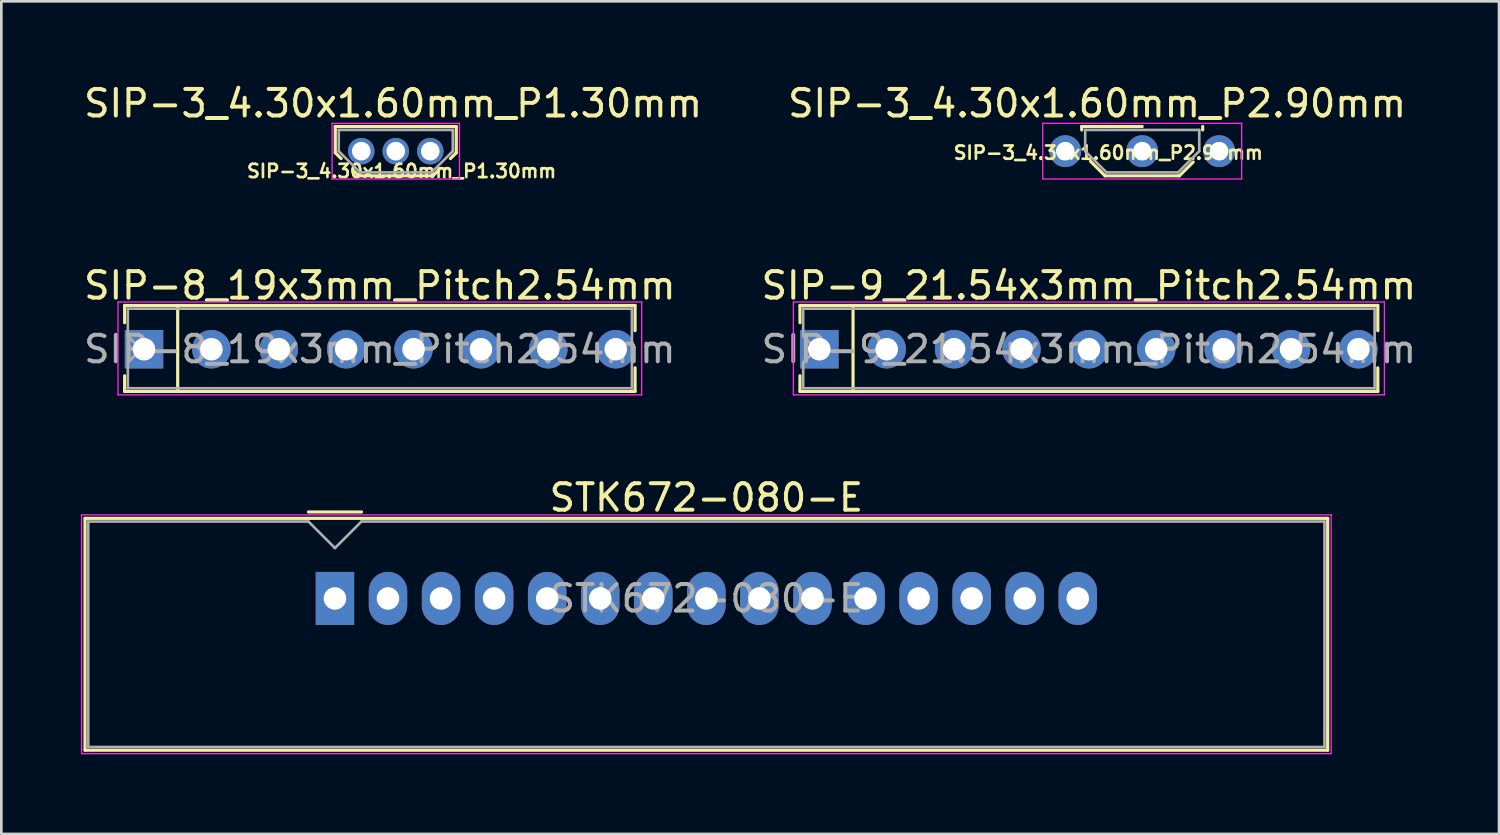
<source format=kicad_pcb>
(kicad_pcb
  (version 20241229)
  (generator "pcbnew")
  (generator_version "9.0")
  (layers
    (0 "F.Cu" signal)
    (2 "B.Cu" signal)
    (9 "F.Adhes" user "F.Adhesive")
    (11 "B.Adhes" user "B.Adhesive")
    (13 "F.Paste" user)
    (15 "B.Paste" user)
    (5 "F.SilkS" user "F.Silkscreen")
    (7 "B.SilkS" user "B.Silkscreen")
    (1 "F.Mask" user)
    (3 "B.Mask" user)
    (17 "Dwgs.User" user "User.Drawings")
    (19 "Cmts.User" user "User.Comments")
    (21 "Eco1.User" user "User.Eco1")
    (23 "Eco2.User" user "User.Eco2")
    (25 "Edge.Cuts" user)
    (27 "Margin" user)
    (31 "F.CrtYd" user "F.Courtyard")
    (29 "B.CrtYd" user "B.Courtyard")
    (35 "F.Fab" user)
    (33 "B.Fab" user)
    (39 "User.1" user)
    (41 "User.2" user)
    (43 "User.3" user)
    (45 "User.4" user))
  (footprint "SIP-3_4.30x1.60mm_P2.90mm"
    (layer "F.Cu")
    (at 37.104 2.648)
    (property "Reference" "SIP-3_4.30x1.60mm_P2.90mm" (at 1.2 -1.8 0) (layer "F.SilkS") (effects (font (size 1 1) (thickness 0.15))))
    (attr through_hole)
    (fp_line (start 0.62 -0.93) (end 2.9 -0.93) (stroke (width 0.12) (type solid)) (layer "F.SilkS"))
    (fp_line (start 0.62 -0.8) (end 0.62 -0.93) (stroke (width 0.12) (type solid)) (layer "F.SilkS"))
    (fp_line (start 1.5 0.93) (end 0.95 0.38) (stroke (width 0.12) (type solid)) (layer "F.SilkS"))
    (fp_line (start 4.3 0.93) (end 1.5 0.93) (stroke (width 0.12) (type solid)) (layer "F.SilkS"))
    (fp_line (start 4.82 0.41) (end 4.3 0.93) (stroke (width 0.12) (type solid)) (layer "F.SilkS"))
    (fp_line (start 5.18 -0.93) (end 5.18 -0.8) (stroke (width 0.12) (type solid)) (layer "F.SilkS"))
    (fp_line (start -0.85 -1.05) (end 6.65 -1.05) (stroke (width 0.05) (type solid)) (layer "F.CrtYd"))
    (fp_line (start -0.85 1.05) (end -0.85 -1.05) (stroke (width 0.05) (type solid)) (layer "F.CrtYd"))
    (fp_line (start 6.65 -1.05) (end 6.65 1.05) (stroke (width 0.05) (type solid)) (layer "F.CrtYd"))
    (fp_line (start 6.65 1.05) (end -0.85 1.05) (stroke (width 0.05) (type solid)) (layer "F.CrtYd"))
    (fp_line (start 0.75 -0.8) (end 5.05 -0.8) (stroke (width 0.1) (type solid)) (layer "F.Fab"))
    (fp_line (start 0.75 0) (end 0.75 -0.8) (stroke (width 0.1) (type solid)) (layer "F.Fab"))
    (fp_line (start 0.75 0) (end 1.55 0.8) (stroke (width 0.1) (type solid)) (layer "F.Fab"))
    (fp_line (start 4.25 0.8) (end 1.55 0.8) (stroke (width 0.1) (type solid)) (layer "F.Fab"))
    (fp_line (start 5.05 -0.8) (end 5.05 0) (stroke (width 0.1) (type solid)) (layer "F.Fab"))
    (fp_line (start 5.05 0) (end 4.25 0.8) (stroke (width 0.1) (type solid)) (layer "F.Fab"))
    (fp_text user "${REFERENCE}" (at 1.62 0.06 0) (layer "F.SilkS") (effects (font (size 0.5 0.5) (thickness 0.1))))
    (pad "1" thru_hole circle (at 0 0) (size 1.2 1.2) (drill 0.7) (layers "*.Cu" "*.Mask"))
    (pad "2" thru_hole circle (at 2.9 0) (size 1.2 1.2) (drill 0.7) (layers "*.Cu" "*.Mask"))
    (pad "3" thru_hole circle (at 5.8 0) (size 1.2 1.2) (drill 0.7) (layers "*.Cu" "*.Mask")))
  (footprint "SIP-3_4.30x1.60mm_P1.30mm"
    (layer "F.Cu")
    (at 10.568 2.648)
    (property "Reference" "SIP-3_4.30x1.60mm_P1.30mm" (at 1.2 -1.8 0) (layer "F.SilkS") (effects (font (size 1 1) (thickness 0.15))))
    (attr through_hole)
    (fp_line (start -0.98 -0.93) (end 3.58 -0.93) (stroke (width 0.12) (type solid)) (layer "F.SilkS"))
    (fp_line (start -0.98 0.06) (end -0.98 -0.93) (stroke (width 0.12) (type solid)) (layer "F.SilkS"))
    (fp_line (start -0.76 0.28) (end -0.98 0.06) (stroke (width 0.12) (type solid)) (layer "F.SilkS"))
    (fp_line (start -0.1 0.93) (end -0.32 0.71) (stroke (width 0.12) (type solid)) (layer "F.SilkS"))
    (fp_line (start 2.7 0.93) (end -0.1 0.93) (stroke (width 0.12) (type solid)) (layer "F.SilkS"))
    (fp_line (start 2.92 0.71) (end 2.7 0.93) (stroke (width 0.12) (type solid)) (layer "F.SilkS"))
    (fp_line (start 3.36 0.28) (end 3.58 0.06) (stroke (width 0.12) (type solid)) (layer "F.SilkS"))
    (fp_line (start 3.58 0.06) (end 3.58 -0.93) (stroke (width 0.12) (type solid)) (layer "F.SilkS"))
    (fp_line (start -1.1 -1.05) (end 3.7 -1.05) (stroke (width 0.05) (type solid)) (layer "F.CrtYd"))
    (fp_line (start -1.1 1.05) (end -1.1 -1.05) (stroke (width 0.05) (type solid)) (layer "F.CrtYd"))
    (fp_line (start 3.7 -1.05) (end 3.7 1.05) (stroke (width 0.05) (type solid)) (layer "F.CrtYd"))
    (fp_line (start 3.7 1.05) (end -1.1 1.05) (stroke (width 0.05) (type solid)) (layer "F.CrtYd"))
    (fp_line (start -0.85 -0.8) (end 3.45 -0.8) (stroke (width 0.1) (type solid)) (layer "F.Fab"))
    (fp_line (start -0.85 0) (end -0.85 -0.8) (stroke (width 0.1) (type solid)) (layer "F.Fab"))
    (fp_line (start -0.85 0) (end -0.05 0.8) (stroke (width 0.1) (type solid)) (layer "F.Fab"))
    (fp_line (start 2.65 0.8) (end -0.05 0.8) (stroke (width 0.1) (type solid)) (layer "F.Fab"))
    (fp_line (start 3.45 -0.8) (end 3.45 0) (stroke (width 0.1) (type solid)) (layer "F.Fab"))
    (fp_line (start 3.45 0) (end 2.65 0.8) (stroke (width 0.1) (type solid)) (layer "F.Fab"))
    (fp_text user "${REFERENCE}" (at 1.52 0.75 0) (layer "F.SilkS") (effects (font (size 0.5 0.5) (thickness 0.1))))
    (pad "1" thru_hole circle (at 0 0) (size 1 1) (drill 0.7) (layers "*.Cu" "*.Mask"))
    (pad "2" thru_hole circle (at 1.3 0) (size 1 1) (drill 0.7) (layers "*.Cu" "*.Mask"))
    (pad "3" thru_hole circle (at 2.6 0) (size 1 1) (drill 0.7) (layers "*.Cu" "*.Mask")))
  (footprint "SIP-8_19x3mm_Pitch2.54mm"
    (layer "F.Cu")
    (at 2.378 10.114)
    (property "Reference" "SIP-8_19x3mm_Pitch2.54mm" (at 8.89 -2.4 0) (layer "F.SilkS") (effects (font (size 1 1) (thickness 0.15))))
    (attr through_hole)
    (fp_line (start -0.73 -1.65) (end -0.73 -1) (stroke (width 0.12) (type solid)) (layer "F.SilkS"))
    (fp_line (start -0.73 1.59) (end -0.73 1) (stroke (width 0.12) (type solid)) (layer "F.SilkS"))
    (fp_line (start 1.27 1.59) (end 1.27 -1.65) (stroke (width 0.12) (type solid)) (layer "F.SilkS"))
    (fp_line (start 18.51 -1.65) (end -0.73 -1.65) (stroke (width 0.12) (type solid)) (layer "F.SilkS"))
    (fp_line (start 18.51 -1.65) (end 18.51 -0.7) (stroke (width 0.12) (type solid)) (layer "F.SilkS"))
    (fp_line (start 18.51 1.59) (end -0.73 1.59) (stroke (width 0.12) (type solid)) (layer "F.SilkS"))
    (fp_line (start 18.51 1.59) (end 18.51 0.7) (stroke (width 0.12) (type solid)) (layer "F.SilkS"))
    (fp_line (start -0.98 -1.78) (end 18.76 -1.78) (stroke (width 0.05) (type solid)) (layer "F.CrtYd"))
    (fp_line (start -0.98 1.72) (end -0.98 -1.78) (stroke (width 0.05) (type solid)) (layer "F.CrtYd"))
    (fp_line (start 18.76 -1.78) (end 18.76 1.72) (stroke (width 0.05) (type solid)) (layer "F.CrtYd"))
    (fp_line (start 18.76 1.72) (end -0.98 1.72) (stroke (width 0.05) (type solid)) (layer "F.CrtYd"))
    (fp_line (start -0.61 -1.53) (end -0.61 -0.5) (stroke (width 0.1) (type solid)) (layer "F.Fab"))
    (fp_line (start -0.61 -0.5) (end -0.11 0) (stroke (width 0.1) (type solid)) (layer "F.Fab"))
    (fp_line (start -0.61 0.5) (end -0.61 1.47) (stroke (width 0.1) (type solid)) (layer "F.Fab"))
    (fp_line (start -0.11 0) (end -0.61 0.5) (stroke (width 0.1) (type solid)) (layer "F.Fab"))
    (fp_line (start 18.39 -1.53) (end -0.61 -1.53) (stroke (width 0.1) (type solid)) (layer "F.Fab"))
    (fp_line (start 18.39 -1.53) (end 18.39 1.47) (stroke (width 0.1) (type solid)) (layer "F.Fab"))
    (fp_line (start 18.39 1.47) (end -0.61 1.47) (stroke (width 0.1) (type solid)) (layer "F.Fab"))
    (fp_text user "${REFERENCE}" (at 8.89 0 0) (layer "F.Fab") (effects (font (size 1 1) (thickness 0.15))))
    (pad "1" thru_hole rect (at 0 0 90) (size 1.45 1.45) (drill 0.85) (layers "*.Cu" "*.Mask"))
    (pad "2" thru_hole circle (at 2.54 0 90) (size 1.45 1.45) (drill 0.85) (layers "*.Cu" "*.Mask"))
    (pad "3" thru_hole circle (at 5.08 0 90) (size 1.45 1.45) (drill 0.85) (layers "*.Cu" "*.Mask"))
    (pad "4" thru_hole circle (at 7.62 0 90) (size 1.45 1.45) (drill 0.85) (layers "*.Cu" "*.Mask"))
    (pad "5" thru_hole circle (at 10.16 0 90) (size 1.45 1.45) (drill 0.85) (layers "*.Cu" "*.Mask"))
    (pad "6" thru_hole circle (at 12.7 0 90) (size 1.45 1.45) (drill 0.85) (layers "*.Cu" "*.Mask"))
    (pad "7" thru_hole circle (at 15.24 0 90) (size 1.45 1.45) (drill 0.85) (layers "*.Cu" "*.Mask"))
    (pad "8" thru_hole circle (at 17.78 0 90) (size 1.45 1.45) (drill 0.85) (layers "*.Cu" "*.Mask")))
  (footprint "SIP-9_21.54x3mm_Pitch2.54mm"
    (layer "F.Cu")
    (at 27.834 10.114)
    (property "Reference" "SIP-9_21.54x3mm_Pitch2.54mm" (at 10.16 -2.4 0) (layer "F.SilkS") (effects (font (size 1 1) (thickness 0.15))))
    (attr through_hole)
    (fp_line (start -0.73 -1.65) (end -0.73 -1) (stroke (width 0.12) (type solid)) (layer "F.SilkS"))
    (fp_line (start -0.73 1.59) (end -0.73 1) (stroke (width 0.12) (type solid)) (layer "F.SilkS"))
    (fp_line (start 1.27 1.59) (end 1.27 -1.65) (stroke (width 0.12) (type solid)) (layer "F.SilkS"))
    (fp_line (start 21.05 -1.65) (end -0.73 -1.65) (stroke (width 0.12) (type solid)) (layer "F.SilkS"))
    (fp_line (start 21.05 -1.65) (end 21.05 -0.7) (stroke (width 0.12) (type solid)) (layer "F.SilkS"))
    (fp_line (start 21.05 1.59) (end -0.73 1.59) (stroke (width 0.12) (type solid)) (layer "F.SilkS"))
    (fp_line (start 21.05 1.59) (end 21.05 0.7) (stroke (width 0.12) (type solid)) (layer "F.SilkS"))
    (fp_line (start -0.98 -1.78) (end 21.3 -1.78) (stroke (width 0.05) (type solid)) (layer "F.CrtYd"))
    (fp_line (start -0.98 1.72) (end -0.98 -1.78) (stroke (width 0.05) (type solid)) (layer "F.CrtYd"))
    (fp_line (start 21.3 -1.78) (end 21.3 1.72) (stroke (width 0.05) (type solid)) (layer "F.CrtYd"))
    (fp_line (start 21.3 1.72) (end -0.98 1.72) (stroke (width 0.05) (type solid)) (layer "F.CrtYd"))
    (fp_line (start -0.61 -1.53) (end -0.61 -0.5) (stroke (width 0.1) (type solid)) (layer "F.Fab"))
    (fp_line (start -0.61 -0.5) (end -0.11 0) (stroke (width 0.1) (type solid)) (layer "F.Fab"))
    (fp_line (start -0.61 0.5) (end -0.61 1.47) (stroke (width 0.1) (type solid)) (layer "F.Fab"))
    (fp_line (start -0.11 0) (end -0.61 0.5) (stroke (width 0.1) (type solid)) (layer "F.Fab"))
    (fp_line (start 20.93 -1.53) (end -0.61 -1.53) (stroke (width 0.1) (type solid)) (layer "F.Fab"))
    (fp_line (start 20.93 -1.53) (end 20.93 1.47) (stroke (width 0.1) (type solid)) (layer "F.Fab"))
    (fp_line (start 20.93 1.47) (end -0.61 1.47) (stroke (width 0.1) (type solid)) (layer "F.Fab"))
    (fp_text user "${REFERENCE}" (at 10.16 0 0) (layer "F.Fab") (effects (font (size 1 1) (thickness 0.15))))
    (pad "1" thru_hole rect (at 0 0 90) (size 1.45 1.45) (drill 0.85) (layers "*.Cu" "*.Mask"))
    (pad "2" thru_hole circle (at 2.54 0 90) (size 1.45 1.45) (drill 0.85) (layers "*.Cu" "*.Mask"))
    (pad "3" thru_hole circle (at 5.08 0 90) (size 1.45 1.45) (drill 0.85) (layers "*.Cu" "*.Mask"))
    (pad "4" thru_hole circle (at 7.62 0 90) (size 1.45 1.45) (drill 0.85) (layers "*.Cu" "*.Mask"))
    (pad "5" thru_hole circle (at 10.16 0 90) (size 1.45 1.45) (drill 0.85) (layers "*.Cu" "*.Mask"))
    (pad "6" thru_hole circle (at 12.7 0 90) (size 1.45 1.45) (drill 0.85) (layers "*.Cu" "*.Mask"))
    (pad "7" thru_hole circle (at 15.24 0 90) (size 1.45 1.45) (drill 0.85) (layers "*.Cu" "*.Mask"))
    (pad "8" thru_hole circle (at 17.78 0 90) (size 1.45 1.45) (drill 0.85) (layers "*.Cu" "*.Mask"))
    (pad "9" thru_hole circle (at 20.32 0 90) (size 1.45 1.45) (drill 0.85) (layers "*.Cu" "*.Mask")))
  (footprint "STK672-080-E"
    (layer "F.Cu")
    (at 9.575 19.508)
    (property "Reference" "STK672-080-E" (at 14 -3.8 0) (layer "F.SilkS") (effects (font (size 1 1) (thickness 0.15))))
    (attr through_hole)
    (fp_line (start -9.42 -3.02) (end 37.42 -3.02) (stroke (width 0.12) (type solid)) (layer "F.SilkS"))
    (fp_line (start -9.42 5.72) (end -9.42 -3.02) (stroke (width 0.12) (type solid)) (layer "F.SilkS"))
    (fp_line (start -1 -3.26) (end 1 -3.26) (stroke (width 0.12) (type solid)) (layer "F.SilkS"))
    (fp_line (start 37.42 -3.02) (end 37.42 5.72) (stroke (width 0.12) (type solid)) (layer "F.SilkS"))
    (fp_line (start 37.42 5.72) (end -9.42 5.72) (stroke (width 0.12) (type solid)) (layer "F.SilkS"))
    (fp_line (start -9.55 -3.15) (end -9.55 5.85) (stroke (width 0.05) (type solid)) (layer "F.CrtYd"))
    (fp_line (start -9.55 -3.15) (end 37.55 -3.15) (stroke (width 0.05) (type solid)) (layer "F.CrtYd"))
    (fp_line (start -9.55 5.85) (end 37.55 5.85) (stroke (width 0.05) (type solid)) (layer "F.CrtYd"))
    (fp_line (start 37.55 -3.15) (end 37.55 5.85) (stroke (width 0.05) (type solid)) (layer "F.CrtYd"))
    (fp_line (start -9.3 -2.9) (end -1 -2.9) (stroke (width 0.1) (type solid)) (layer "F.Fab"))
    (fp_line (start -9.3 5.6) (end -9.3 -2.9) (stroke (width 0.1) (type solid)) (layer "F.Fab"))
    (fp_line (start -1 -2.9) (end 0 -1.9) (stroke (width 0.1) (type solid)) (layer "F.Fab"))
    (fp_line (start 0 -1.9) (end 1 -2.9) (stroke (width 0.1) (type solid)) (layer "F.Fab"))
    (fp_line (start 1 -2.9) (end 37.3 -2.9) (stroke (width 0.1) (type solid)) (layer "F.Fab"))
    (fp_line (start 37.3 -2.9) (end 37.3 5.6) (stroke (width 0.1) (type solid)) (layer "F.Fab"))
    (fp_line (start 37.3 5.6) (end -9.3 5.6) (stroke (width 0.1) (type solid)) (layer "F.Fab"))
    (fp_text user "${REFERENCE}" (at 14 0 0) (layer "F.Fab") (effects (font (size 1 1) (thickness 0.15))))
    (pad "1" thru_hole rect (at 0 0) (size 1.45 2) (drill 0.85) (layers "*.Cu" "*.Mask"))
    (pad "2" thru_hole oval (at 2 0) (size 1.45 2) (drill 0.85) (layers "*.Cu" "*.Mask"))
    (pad "3" thru_hole oval (at 4 0) (size 1.45 2) (drill 0.85) (layers "*.Cu" "*.Mask"))
    (pad "4" thru_hole oval (at 6 0) (size 1.45 2) (drill 0.85) (layers "*.Cu" "*.Mask"))
    (pad "5" thru_hole oval (at 8 0) (size 1.45 2) (drill 0.85) (layers "*.Cu" "*.Mask"))
    (pad "6" thru_hole oval (at 10 0) (size 1.45 2) (drill 0.85) (layers "*.Cu" "*.Mask"))
    (pad "7" thru_hole oval (at 12 0) (size 1.45 2) (drill 0.85) (layers "*.Cu" "*.Mask"))
    (pad "8" thru_hole oval (at 14 0) (size 1.45 2) (drill 0.85) (layers "*.Cu" "*.Mask"))
    (pad "9" thru_hole oval (at 16 0) (size 1.45 2) (drill 0.85) (layers "*.Cu" "*.Mask"))
    (pad "10" thru_hole oval (at 18 0) (size 1.45 2) (drill 0.85) (layers "*.Cu" "*.Mask"))
    (pad "11" thru_hole oval (at 20 0) (size 1.45 2) (drill 0.85) (layers "*.Cu" "*.Mask"))
    (pad "12" thru_hole oval (at 22 0) (size 1.45 2) (drill 0.85) (layers "*.Cu" "*.Mask"))
    (pad "13" thru_hole oval (at 24 0) (size 1.45 2) (drill 0.85) (layers "*.Cu" "*.Mask"))
    (pad "14" thru_hole oval (at 26 0) (size 1.45 2) (drill 0.85) (layers "*.Cu" "*.Mask"))
    (pad "15" thru_hole oval (at 28 0) (size 1.45 2) (drill 0.85) (layers "*.Cu" "*.Mask")))
  (gr_rect
    (start -3 -3)
    (end 53.452 28.383)
    (stroke (width 0.1) (type default))
    (fill no)
    (layer "Edge.Cuts")))
</source>
